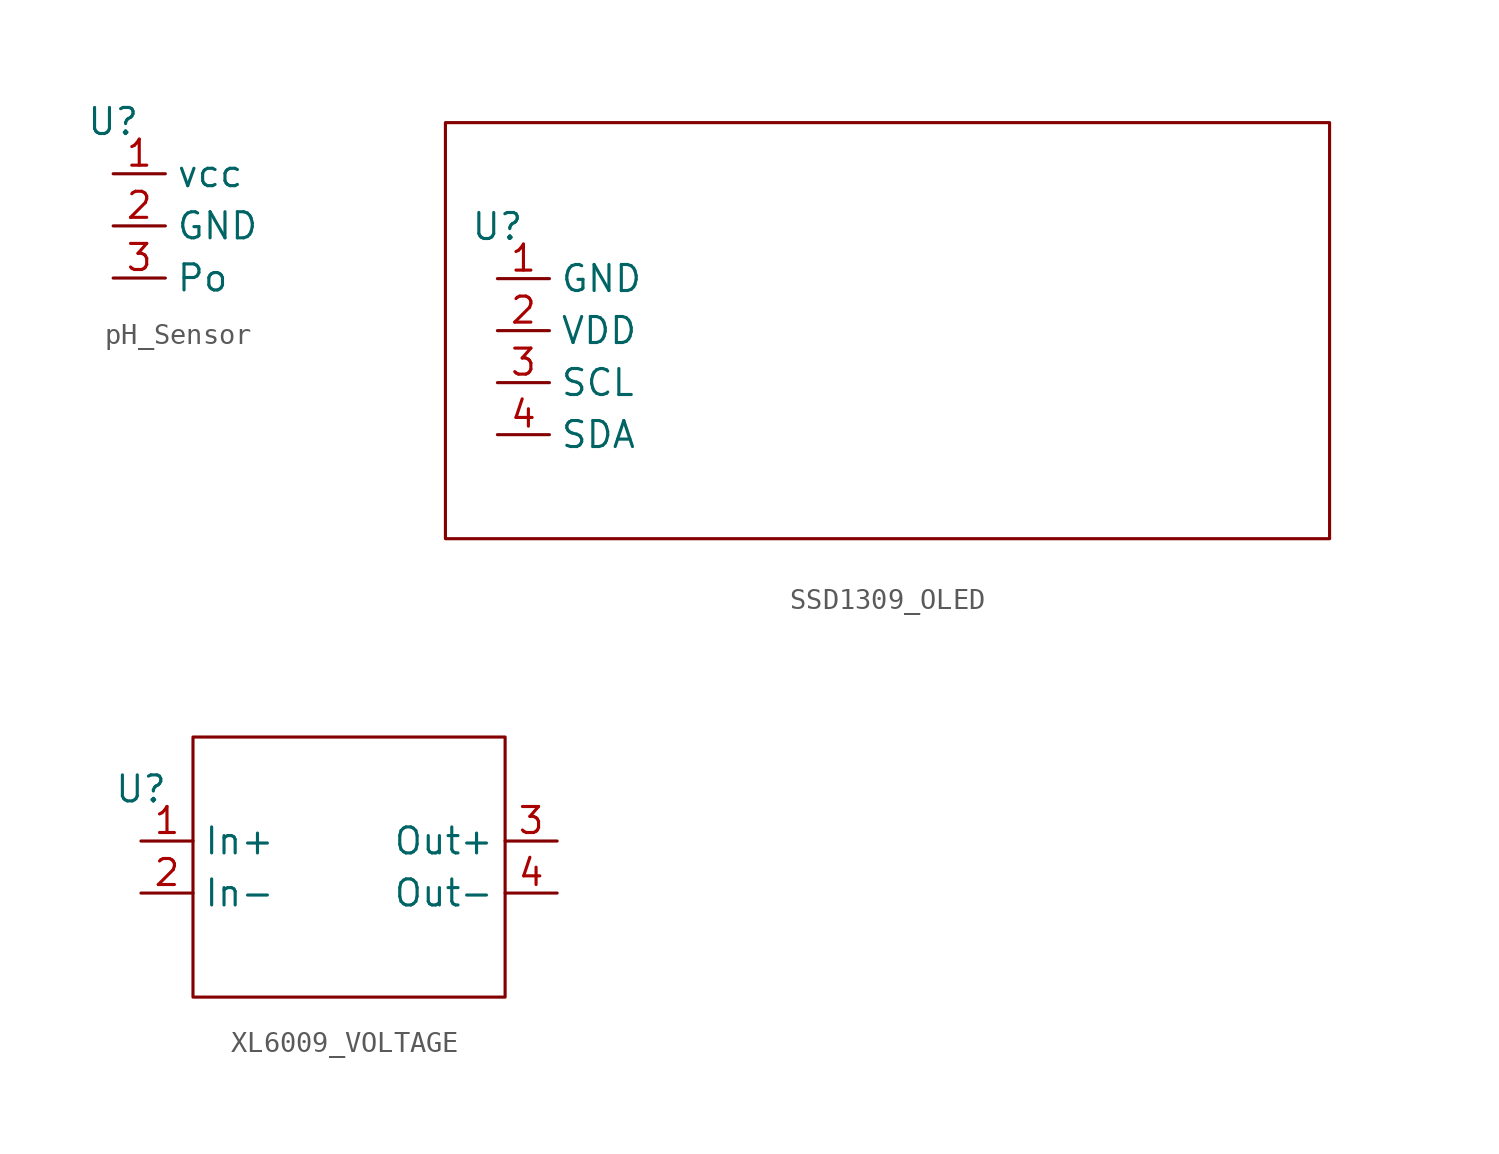
<source format=kicad_sym>
(kicad_symbol_lib
  (version 20241209)
  (generator "kicad_symbol_editor")
  (generator_version "9.0")
  (symbol "pH_Sensor"
    (property "Reference" "U"
      (at 0 0 0)
      (effects (font (size 1.27 1.27))))
    (property "Value" ""
      (at 0 0 0)
      (effects (font (size 1.27 1.27))))
    (symbol "pH_Sensor_1_1"
      (pin input line (at 0 -2.54 0) (length 2.54) (name "vcc" (effects (font (size 1.27 1.27)))) (number "1" (effects (font (size 1.27 1.27)))))
      (pin input line (at 0 -5.08 0) (length 2.54) (name "GND" (effects (font (size 1.27 1.27)))) (number "2" (effects (font (size 1.27 1.27)))))
      (pin input line (at 0 -7.62 0) (length 2.54) (name "Po" (effects (font (size 1.27 1.27)))) (number "3" (effects (font (size 1.27 1.27)))))))
  (symbol "SSD1309_OLED"
    (property "Reference" "U"
      (at 0 0 0)
      (effects (font (size 1.27 1.27))))
    (property "Value" ""
      (at 0 0 0)
      (effects (font (size 1.27 1.27))))
    (symbol "SSD1309_OLED_0_1"
      (rectangle (start -2.54 5.08) (end 40.64 -15.24) (stroke (width 0) (type default)) (fill (type none))))
    (symbol "SSD1309_OLED_1_1"
      (pin input line (at 0 -2.54 0) (length 2.54) (name "GND" (effects (font (size 1.27 1.27)))) (number "1" (effects (font (size 1.27 1.27)))))
      (pin input line (at 0 -5.08 0) (length 2.54) (name "VDD" (effects (font (size 1.27 1.27)))) (number "2" (effects (font (size 1.27 1.27)))))
      (pin input line (at 0 -7.62 0) (length 2.54) (name "SCL" (effects (font (size 1.27 1.27)))) (number "3" (effects (font (size 1.27 1.27)))))
      (pin input line (at 0 -10.16 0) (length 2.54) (name "SDA" (effects (font (size 1.27 1.27)))) (number "4" (effects (font (size 1.27 1.27)))))))
  (symbol "XL6009_VOLTAGE"
    (property "Reference" "U"
      (at 0 0 0)
      (effects (font (size 1.27 1.27))))
    (property "Value" ""
      (at 0 0 0)
      (effects (font (size 1.27 1.27))))
    (symbol "XL6009_VOLTAGE_0_1"
      (rectangle (start 2.54 2.54) (end 17.78 -10.16) (stroke (width 0) (type default)) (fill (type none))))
    (symbol "XL6009_VOLTAGE_1_1"
      (pin input line (at 0 -2.54 0) (length 2.54) (name "In+" (effects (font (size 1.27 1.27)))) (number "1" (effects (font (size 1.27 1.27)))))
      (pin input line (at 0 -5.08 0) (length 2.54) (name "In-" (effects (font (size 1.27 1.27)))) (number "2" (effects (font (size 1.27 1.27)))))
      (pin output line (at 20.32 -2.54 180) (length 2.54) (name "Out+" (effects (font (size 1.27 1.27)))) (number "3" (effects (font (size 1.27 1.27)))))
      (pin input line (at 20.32 -5.08 180) (length 2.54) (name "Out-" (effects (font (size 1.27 1.27)))) (number "4" (effects (font (size 1.27 1.27))))))))
</source>
